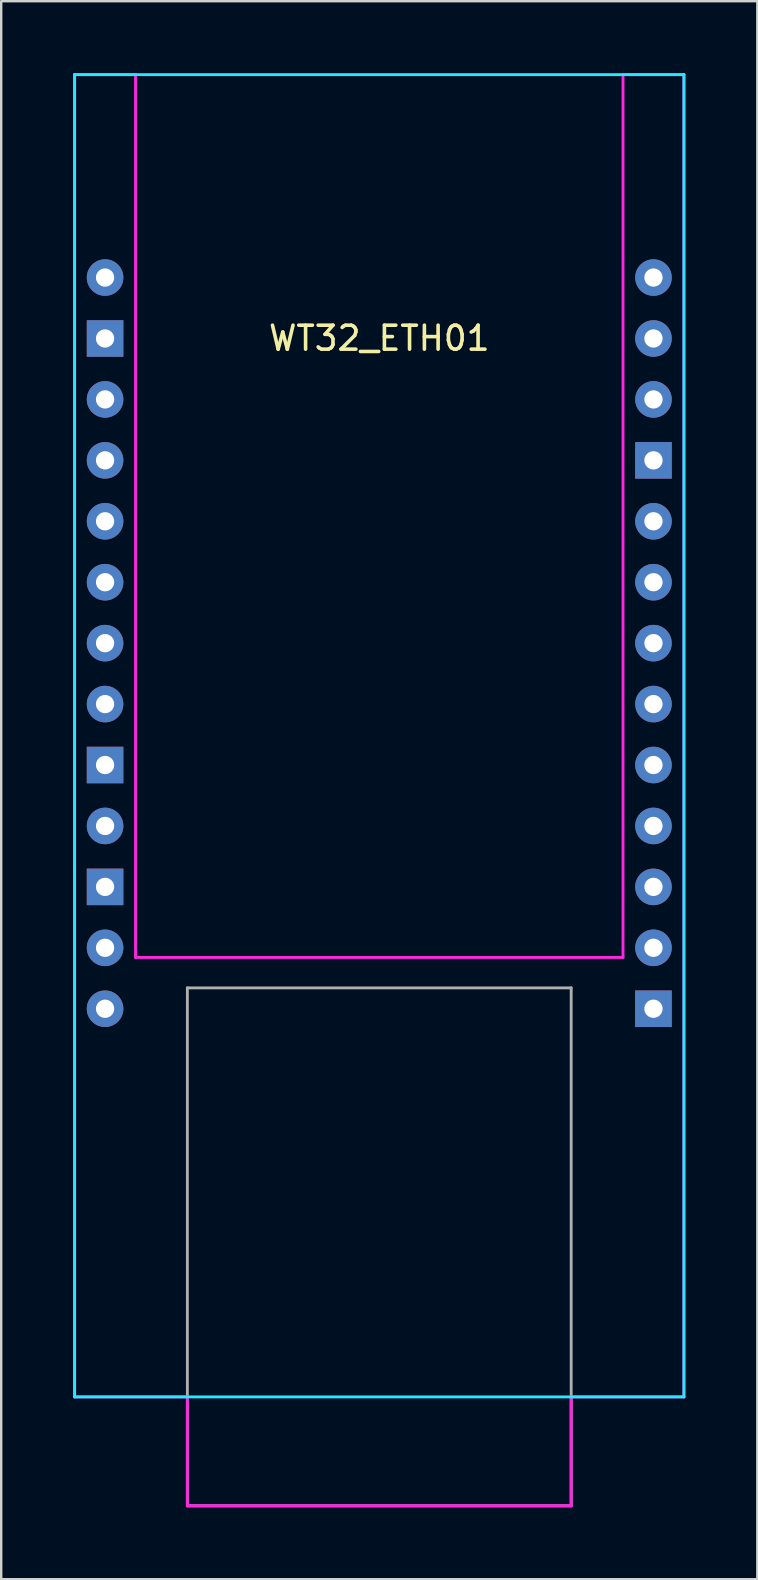
<source format=kicad_pcb>
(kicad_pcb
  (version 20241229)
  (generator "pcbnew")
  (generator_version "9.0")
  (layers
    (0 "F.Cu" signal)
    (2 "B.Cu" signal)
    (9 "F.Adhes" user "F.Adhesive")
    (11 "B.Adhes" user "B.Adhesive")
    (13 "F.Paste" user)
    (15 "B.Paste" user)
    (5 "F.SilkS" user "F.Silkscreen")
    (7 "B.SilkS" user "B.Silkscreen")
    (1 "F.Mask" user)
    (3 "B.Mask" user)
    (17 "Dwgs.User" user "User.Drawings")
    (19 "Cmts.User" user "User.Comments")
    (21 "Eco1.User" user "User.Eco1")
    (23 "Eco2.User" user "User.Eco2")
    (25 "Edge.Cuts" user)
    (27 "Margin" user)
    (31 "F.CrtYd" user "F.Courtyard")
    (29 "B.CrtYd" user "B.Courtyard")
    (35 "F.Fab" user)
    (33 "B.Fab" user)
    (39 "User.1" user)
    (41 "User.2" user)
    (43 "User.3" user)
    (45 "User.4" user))
  (footprint "WT32_ETH01"
    (layer "F.Cu")
    (at 13.466 4.73)
    (property "Reference" "WT32_ETH01" (at -0.706 6.32 0) (layer "F.SilkS") (effects (font (size 1 1) (thickness 0.15))))
    (attr through_hole)
    (fp_line (start -13.406 -4.67) (end 11.994 -4.67) (stroke (width 0.12) (type solid)) (layer "B.CrtYd"))
    (fp_line (start -13.406 50.45) (end -13.406 -4.67) (stroke (width 0.12) (type solid)) (layer "B.CrtYd"))
    (fp_line (start 11.994 -4.67) (end 11.994 50.45) (stroke (width 0.12) (type solid)) (layer "B.CrtYd"))
    (fp_line (start 11.994 50.45) (end -13.406 50.45) (stroke (width 0.12) (type solid)) (layer "B.CrtYd"))
    (fp_line (start -13.406 50.45) (end -13.406 -4.67) (stroke (width 0.12) (type solid)) (layer "F.CrtYd"))
    (fp_line (start -10.866 -4.67) (end -13.406 -4.67) (stroke (width 0.12) (type solid)) (layer "F.CrtYd"))
    (fp_line (start -10.866 -4.67) (end -10.866 32.13) (stroke (width 0.12) (type solid)) (layer "F.CrtYd"))
    (fp_line (start -8.706 50.45) (end -13.406 50.45) (stroke (width 0.12) (type solid)) (layer "F.CrtYd"))
    (fp_line (start -8.706 50.45) (end -8.706 54.99) (stroke (width 0.12) (type solid)) (layer "F.CrtYd"))
    (fp_line (start -8.706 54.99) (end 7.294 54.99) (stroke (width 0.12) (type solid)) (layer "F.CrtYd"))
    (fp_line (start 7.294 50.45) (end 7.294 54.99) (stroke (width 0.12) (type solid)) (layer "F.CrtYd"))
    (fp_line (start 9.454 -4.67) (end 9.454 32.13) (stroke (width 0.12) (type solid)) (layer "F.CrtYd"))
    (fp_line (start 9.454 -4.67) (end 11.994 -4.67) (stroke (width 0.12) (type solid)) (layer "F.CrtYd"))
    (fp_line (start 9.454 32.13) (end -10.866 32.13) (stroke (width 0.12) (type solid)) (layer "F.CrtYd"))
    (fp_line (start 11.994 -4.67) (end 11.994 50.45) (stroke (width 0.12) (type solid)) (layer "F.CrtYd"))
    (fp_line (start 11.994 50.45) (end 7.294 50.45) (stroke (width 0.12) (type solid)) (layer "F.CrtYd"))
    (fp_line (start -8.706 33.4) (end -8.706 54.99) (stroke (width 0.12) (type solid)) (layer "F.Fab"))
    (fp_line (start -8.706 33.4) (end 7.294 33.4) (stroke (width 0.12) (type solid)) (layer "F.Fab"))
    (fp_line (start -8.706 54.99) (end 7.294 54.99) (stroke (width 0.12) (type solid)) (layer "F.Fab"))
    (fp_line (start 7.294 33.4) (end 7.294 54.99) (stroke (width 0.12) (type solid)) (layer "F.Fab"))
    (pad "1" thru_hole circle (at -12.136 3.79) (size 1.524 1.524) (drill 0.762) (layers "*.Cu" "*.Mask"))
    (pad "2" thru_hole rect (at -12.136 6.33) (size 1.524 1.524) (drill 0.762) (layers "*.Cu" "*.Mask"))
    (pad "3" thru_hole circle (at -12.136 8.87) (size 1.524 1.524) (drill 0.762) (layers "*.Cu" "*.Mask"))
    (pad "4" thru_hole circle (at -12.136 11.41) (size 1.524 1.524) (drill 0.762) (layers "*.Cu" "*.Mask"))
    (pad "5" thru_hole circle (at -12.136 13.95) (size 1.524 1.524) (drill 0.762) (layers "*.Cu" "*.Mask"))
    (pad "6" thru_hole circle (at -12.136 16.49) (size 1.524 1.524) (drill 0.762) (layers "*.Cu" "*.Mask"))
    (pad "7" thru_hole circle (at -12.136 19.03) (size 1.524 1.524) (drill 0.762) (layers "*.Cu" "*.Mask"))
    (pad "8" thru_hole circle (at -12.136 21.57) (size 1.524 1.524) (drill 0.762) (layers "*.Cu" "*.Mask"))
    (pad "9" thru_hole rect (at -12.136 24.11) (size 1.524 1.524) (drill 0.762) (layers "*.Cu" "*.Mask"))
    (pad "10" thru_hole circle (at -12.136 26.65) (size 1.524 1.524) (drill 0.762) (layers "*.Cu" "*.Mask"))
    (pad "11" thru_hole rect (at -12.136 29.19) (size 1.524 1.524) (drill 0.762) (layers "*.Cu" "*.Mask"))
    (pad "12" thru_hole circle (at -12.136 31.73) (size 1.524 1.524) (drill 0.762) (layers "*.Cu" "*.Mask"))
    (pad "13" thru_hole circle (at -12.136 34.27) (size 1.524 1.524) (drill 0.762) (layers "*.Cu" "*.Mask"))
    (pad "14" thru_hole circle (at 10.724 3.79) (size 1.524 1.524) (drill 0.762) (layers "*.Cu" "*.Mask"))
    (pad "15" thru_hole circle (at 10.724 6.33) (size 1.524 1.524) (drill 0.762) (layers "*.Cu" "*.Mask"))
    (pad "16" thru_hole circle (at 10.724 8.87) (size 1.524 1.524) (drill 0.762) (layers "*.Cu" "*.Mask"))
    (pad "17" thru_hole rect (at 10.724 11.41) (size 1.524 1.524) (drill 0.762) (layers "*.Cu" "*.Mask"))
    (pad "18" thru_hole circle (at 10.724 13.95) (size 1.524 1.524) (drill 0.762) (layers "*.Cu" "*.Mask"))
    (pad "19" thru_hole circle (at 10.724 16.49) (size 1.524 1.524) (drill 0.762) (layers "*.Cu" "*.Mask"))
    (pad "20" thru_hole circle (at 10.724 19.03) (size 1.524 1.524) (drill 0.762) (layers "*.Cu" "*.Mask"))
    (pad "21" thru_hole circle (at 10.724 21.57) (size 1.524 1.524) (drill 0.762) (layers "*.Cu" "*.Mask"))
    (pad "22" thru_hole circle (at 10.724 24.11) (size 1.524 1.524) (drill 0.762) (layers "*.Cu" "*.Mask"))
    (pad "23" thru_hole circle (at 10.724 26.65) (size 1.524 1.524) (drill 0.762) (layers "*.Cu" "*.Mask"))
    (pad "24" thru_hole circle (at 10.724 29.19) (size 1.524 1.524) (drill 0.762) (layers "*.Cu" "*.Mask"))
    (pad "25" thru_hole circle (at 10.724 31.73) (size 1.524 1.524) (drill 0.762) (layers "*.Cu" "*.Mask"))
    (pad "26" thru_hole rect (at 10.724 34.27) (size 1.524 1.524) (drill 0.762) (layers "*.Cu" "*.Mask")))
  (gr_rect
    (start -3 -3)
    (end 28.52 62.78)
    (stroke (width 0.1) (type default))
    (fill no)
    (layer "Edge.Cuts")))
</source>
